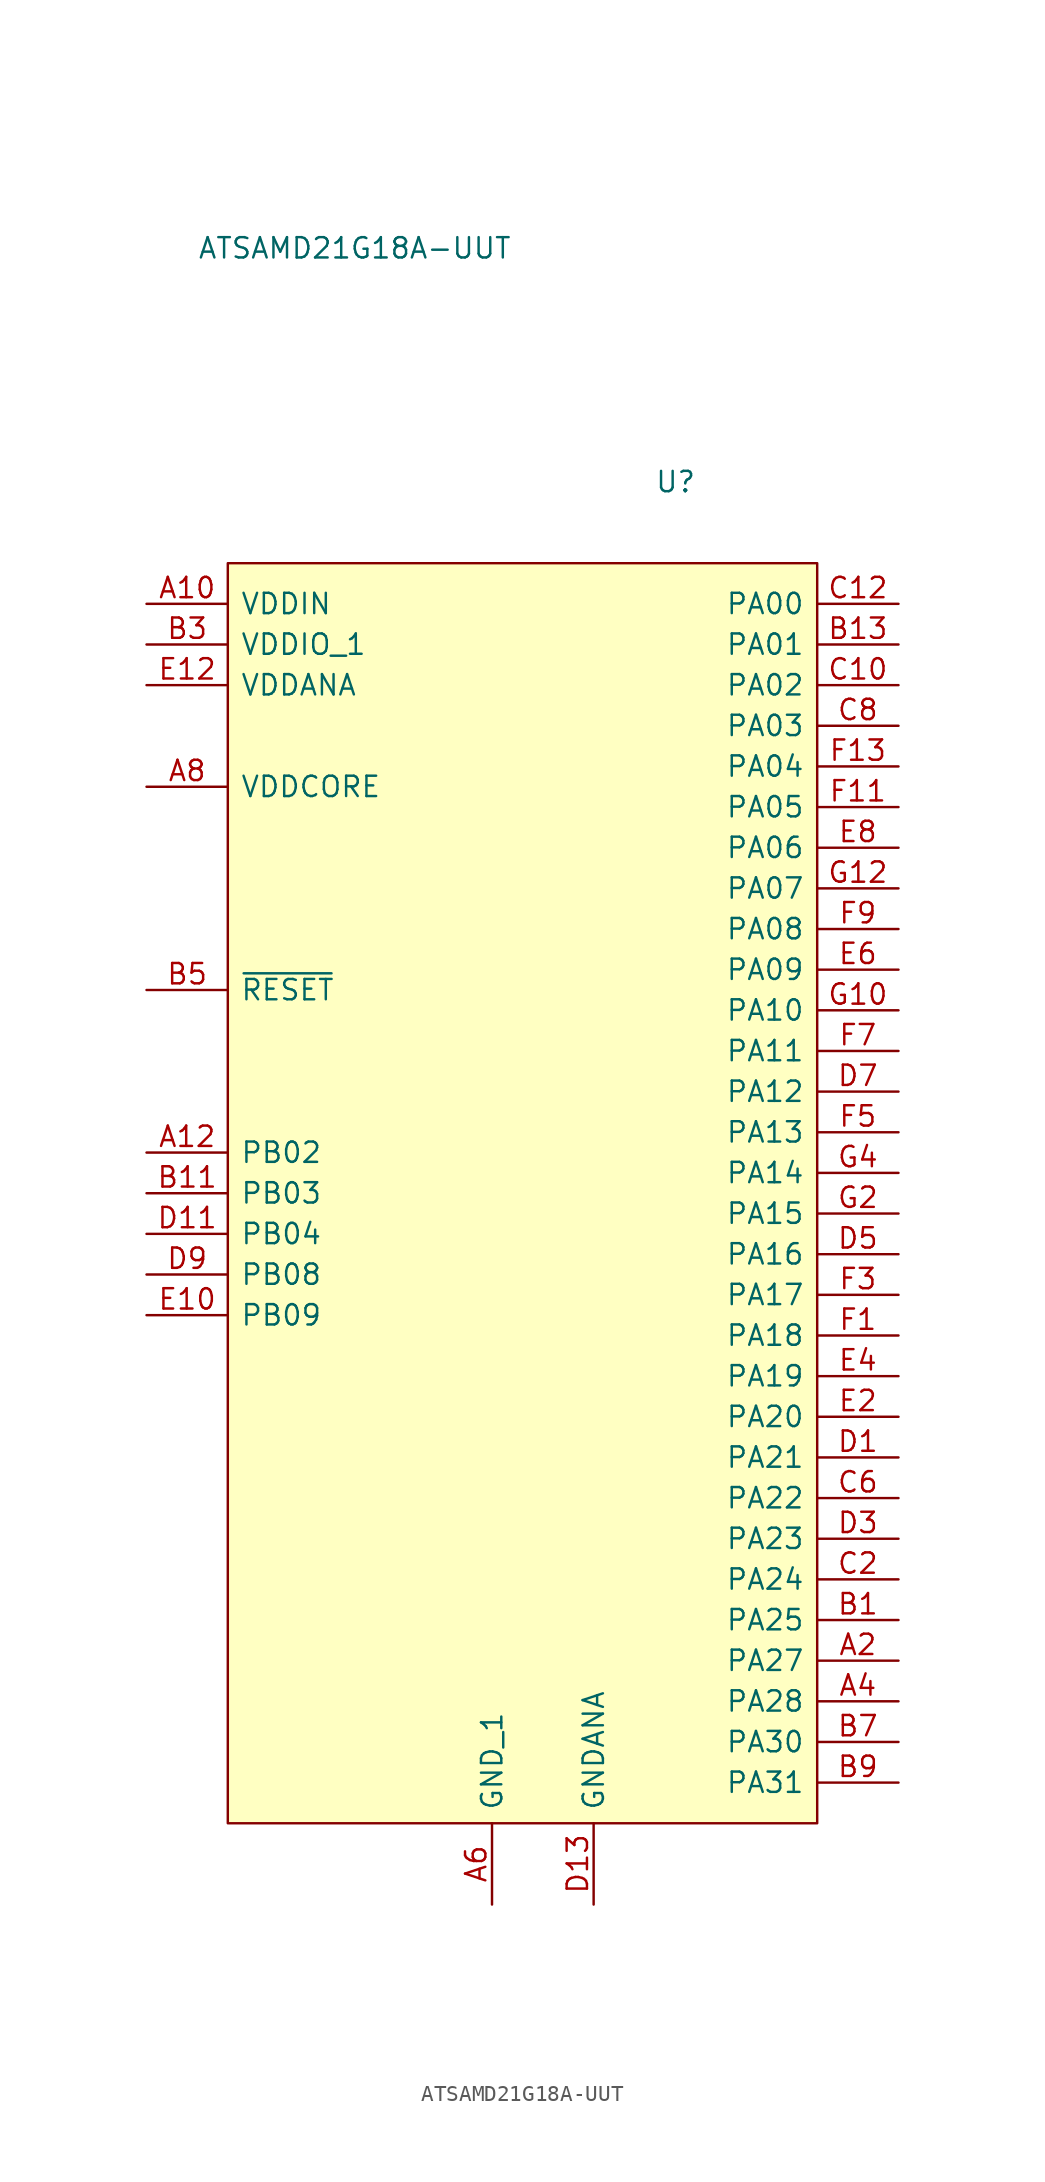
<source format=kicad_sym>
(kicad_symbol_lib
  (version 20211014)
  (generator kicad_symbol_editor)
  (symbol "ATSAMD21G18A-UUT"
    (pin_names
      (offset 0.762))
    (property "Reference" "U"
      (at 31.75 7.62 0)
      (effects (font (size 1.27 1.27)) (justify left)))
    (property "Value" "ATSAMD21G18A-UUT"
      (at 3.175 22.225 0)
      (effects (font (size 1.27 1.27)) (justify left)))
    (symbol "ATSAMD21G18A-UUT_0_0"
      (pin passive line (at 0 0 0) (length 5.08) (name "VDDIN" (effects (font (size 1.27 1.27)))) (number "A10" (effects (font (size 1.27 1.27)))))
      (pin passive line (at 0 -34.29 0) (length 5.08) (name "PB02" (effects (font (size 1.27 1.27)))) (number "A12" (effects (font (size 1.27 1.27)))))
      (pin passive line (at 46.99 -66.04 180) (length 5.08) (name "PA27" (effects (font (size 1.27 1.27)))) (number "A2" (effects (font (size 1.27 1.27)))))
      (pin passive line (at 46.99 -68.58 180) (length 5.08) (name "PA28" (effects (font (size 1.27 1.27)))) (number "A4" (effects (font (size 1.27 1.27)))))
      (pin passive line (at 21.59 -81.28 90) (length 5.08) (name "GND_1" (effects (font (size 1.27 1.27)))) (number "A6" (effects (font (size 1.27 1.27)))))
      (pin passive line (at 0 -11.43 0) (length 5.08) (name "VDDCORE" (effects (font (size 1.27 1.27)))) (number "A8" (effects (font (size 1.27 1.27)))))
      (pin passive line (at 46.99 -63.5 180) (length 5.08) (name "PA25" (effects (font (size 1.27 1.27)))) (number "B1" (effects (font (size 1.27 1.27)))))
      (pin passive line (at 0 -36.83 0) (length 5.08) (name "PB03" (effects (font (size 1.27 1.27)))) (number "B11" (effects (font (size 1.27 1.27)))))
      (pin passive line (at 46.99 -2.54 180) (length 5.08) (name "PA01" (effects (font (size 1.27 1.27)))) (number "B13" (effects (font (size 1.27 1.27)))))
      (pin passive line (at 0 -2.54 0) (length 5.08) (name "VDDIO_1" (effects (font (size 1.27 1.27)))) (number "B3" (effects (font (size 1.27 1.27)))))
      (pin passive line (at 0 -24.13 0) (length 5.08) (name "~{RESET}" (effects (font (size 1.27 1.27)))) (number "B5" (effects (font (size 1.27 1.27)))))
      (pin passive line (at 46.99 -71.12 180) (length 5.08) (name "PA30" (effects (font (size 1.27 1.27)))) (number "B7" (effects (font (size 1.27 1.27)))))
      (pin passive line (at 46.99 -73.66 180) (length 5.08) (name "PA31" (effects (font (size 1.27 1.27)))) (number "B9" (effects (font (size 1.27 1.27)))))
      (pin passive line (at 46.99 -5.08 180) (length 5.08) (name "PA02" (effects (font (size 1.27 1.27)))) (number "C10" (effects (font (size 1.27 1.27)))))
      (pin passive line (at 46.99 0 180) (length 5.08) (name "PA00" (effects (font (size 1.27 1.27)))) (number "C12" (effects (font (size 1.27 1.27)))))
      (pin passive line (at 46.99 -60.96 180) (length 5.08) (name "PA24" (effects (font (size 1.27 1.27)))) (number "C2" (effects (font (size 1.27 1.27)))))
      (pin passive line (at 21.59 -81.28 90) (length 5.08) hide (name "GND_2" (effects (font (size 1.27 1.27)))) (number "C4" (effects (font (size 1.27 1.27)))))
      (pin passive line (at 46.99 -55.88 180) (length 5.08) (name "PA22" (effects (font (size 1.27 1.27)))) (number "C6" (effects (font (size 1.27 1.27)))))
      (pin passive line (at 46.99 -7.62 180) (length 5.08) (name "PA03" (effects (font (size 1.27 1.27)))) (number "C8" (effects (font (size 1.27 1.27)))))
      (pin passive line (at 46.99 -53.34 180) (length 5.08) (name "PA21" (effects (font (size 1.27 1.27)))) (number "D1" (effects (font (size 1.27 1.27)))))
      (pin passive line (at 0 -39.37 0) (length 5.08) (name "PB04" (effects (font (size 1.27 1.27)))) (number "D11" (effects (font (size 1.27 1.27)))))
      (pin passive line (at 27.94 -81.28 90) (length 5.08) (name "GNDANA" (effects (font (size 1.27 1.27)))) (number "D13" (effects (font (size 1.27 1.27)))))
      (pin passive line (at 46.99 -58.42 180) (length 5.08) (name "PA23" (effects (font (size 1.27 1.27)))) (number "D3" (effects (font (size 1.27 1.27)))))
      (pin passive line (at 46.99 -40.64 180) (length 5.08) (name "PA16" (effects (font (size 1.27 1.27)))) (number "D5" (effects (font (size 1.27 1.27)))))
      (pin passive line (at 46.99 -30.48 180) (length 5.08) (name "PA12" (effects (font (size 1.27 1.27)))) (number "D7" (effects (font (size 1.27 1.27)))))
      (pin passive line (at 0 -41.91 0) (length 5.08) (name "PB08" (effects (font (size 1.27 1.27)))) (number "D9" (effects (font (size 1.27 1.27)))))
      (pin passive line (at 0 -44.45 0) (length 5.08) (name "PB09" (effects (font (size 1.27 1.27)))) (number "E10" (effects (font (size 1.27 1.27)))))
      (pin passive line (at 0 -5.08 0) (length 5.08) (name "VDDANA" (effects (font (size 1.27 1.27)))) (number "E12" (effects (font (size 1.27 1.27)))))
      (pin passive line (at 46.99 -50.8 180) (length 5.08) (name "PA20" (effects (font (size 1.27 1.27)))) (number "E2" (effects (font (size 1.27 1.27)))))
      (pin passive line (at 46.99 -48.26 180) (length 5.08) (name "PA19" (effects (font (size 1.27 1.27)))) (number "E4" (effects (font (size 1.27 1.27)))))
      (pin passive line (at 46.99 -22.86 180) (length 5.08) (name "PA09" (effects (font (size 1.27 1.27)))) (number "E6" (effects (font (size 1.27 1.27)))))
      (pin passive line (at 46.99 -15.24 180) (length 5.08) (name "PA06" (effects (font (size 1.27 1.27)))) (number "E8" (effects (font (size 1.27 1.27)))))
      (pin passive line (at 46.99 -45.72 180) (length 5.08) (name "PA18" (effects (font (size 1.27 1.27)))) (number "F1" (effects (font (size 1.27 1.27)))))
      (pin passive line (at 46.99 -12.7 180) (length 5.08) (name "PA05" (effects (font (size 1.27 1.27)))) (number "F11" (effects (font (size 1.27 1.27)))))
      (pin passive line (at 46.99 -10.16 180) (length 5.08) (name "PA04" (effects (font (size 1.27 1.27)))) (number "F13" (effects (font (size 1.27 1.27)))))
      (pin passive line (at 46.99 -43.18 180) (length 5.08) (name "PA17" (effects (font (size 1.27 1.27)))) (number "F3" (effects (font (size 1.27 1.27)))))
      (pin passive line (at 46.99 -33.02 180) (length 5.08) (name "PA13" (effects (font (size 1.27 1.27)))) (number "F5" (effects (font (size 1.27 1.27)))))
      (pin passive line (at 46.99 -27.94 180) (length 5.08) (name "PA11" (effects (font (size 1.27 1.27)))) (number "F7" (effects (font (size 1.27 1.27)))))
      (pin passive line (at 46.99 -20.32 180) (length 5.08) (name "PA08" (effects (font (size 1.27 1.27)))) (number "F9" (effects (font (size 1.27 1.27)))))
      (pin passive line (at 46.99 -25.4 180) (length 5.08) (name "PA10" (effects (font (size 1.27 1.27)))) (number "G10" (effects (font (size 1.27 1.27)))))
      (pin passive line (at 46.99 -17.78 180) (length 5.08) (name "PA07" (effects (font (size 1.27 1.27)))) (number "G12" (effects (font (size 1.27 1.27)))))
      (pin passive line (at 46.99 -38.1 180) (length 5.08) (name "PA15" (effects (font (size 1.27 1.27)))) (number "G2" (effects (font (size 1.27 1.27)))))
      (pin passive line (at 46.99 -35.56 180) (length 5.08) (name "PA14" (effects (font (size 1.27 1.27)))) (number "G4" (effects (font (size 1.27 1.27)))))
      (pin passive line (at 21.59 -81.28 90) (length 5.08) hide (name "GND_3" (effects (font (size 1.27 1.27)))) (number "G6" (effects (font (size 1.27 1.27)))))
      (pin passive line (at 0 -2.54 0) (length 5.08) hide (name "VDDIO_2" (effects (font (size 1.27 1.27)))) (number "G8" (effects (font (size 1.27 1.27))))))
    (symbol "ATSAMD21G18A-UUT_0_1"
      (rectangle (start 5.08 2.54) (end 41.91 -76.2) (stroke (width 0) (type default) (color 0 0 0 0)) (fill (type background))))))
</source>
